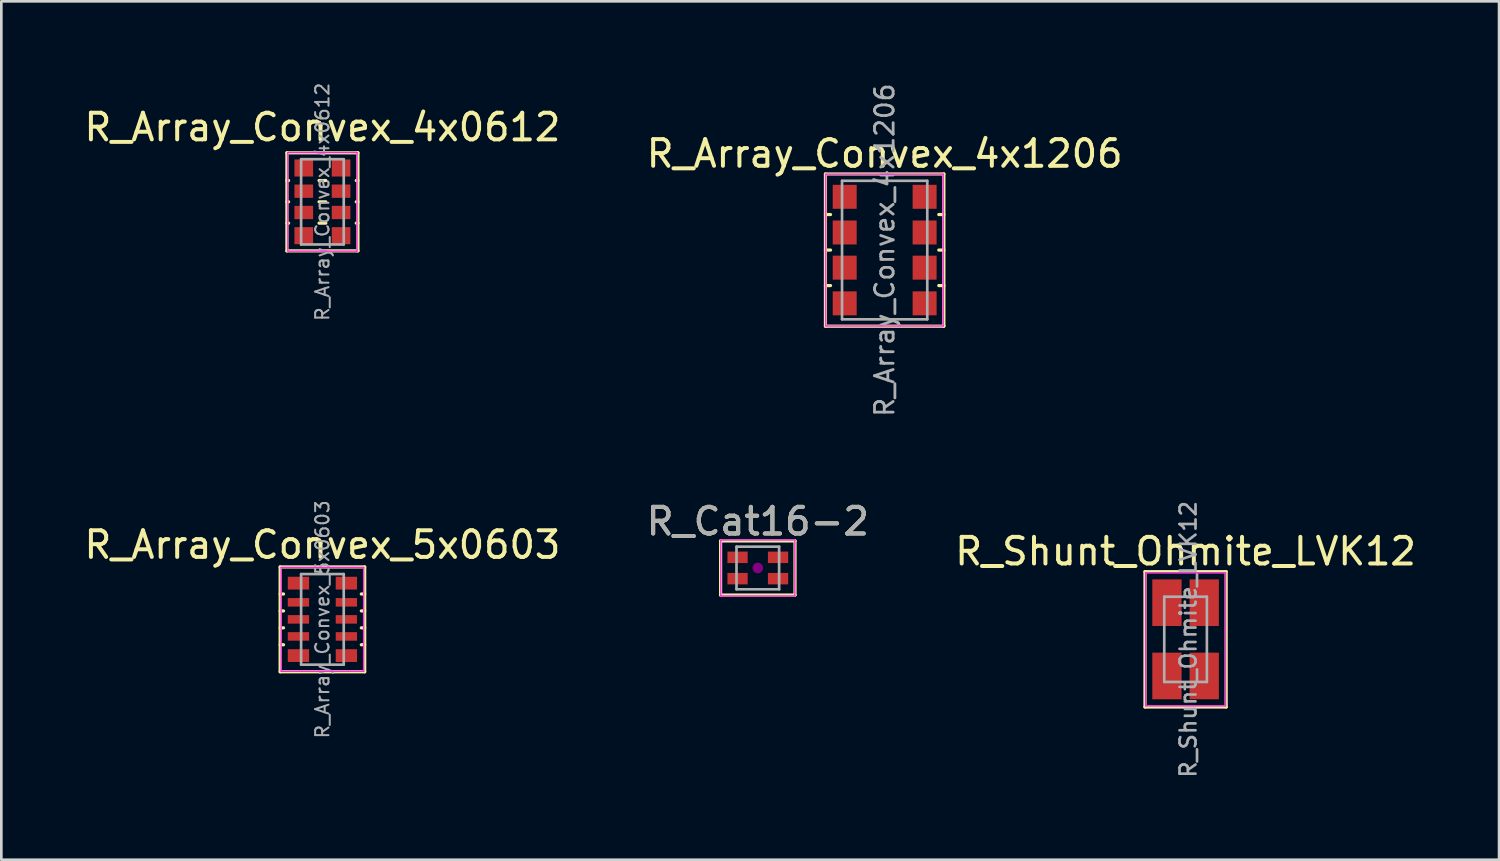
<source format=kicad_pcb>
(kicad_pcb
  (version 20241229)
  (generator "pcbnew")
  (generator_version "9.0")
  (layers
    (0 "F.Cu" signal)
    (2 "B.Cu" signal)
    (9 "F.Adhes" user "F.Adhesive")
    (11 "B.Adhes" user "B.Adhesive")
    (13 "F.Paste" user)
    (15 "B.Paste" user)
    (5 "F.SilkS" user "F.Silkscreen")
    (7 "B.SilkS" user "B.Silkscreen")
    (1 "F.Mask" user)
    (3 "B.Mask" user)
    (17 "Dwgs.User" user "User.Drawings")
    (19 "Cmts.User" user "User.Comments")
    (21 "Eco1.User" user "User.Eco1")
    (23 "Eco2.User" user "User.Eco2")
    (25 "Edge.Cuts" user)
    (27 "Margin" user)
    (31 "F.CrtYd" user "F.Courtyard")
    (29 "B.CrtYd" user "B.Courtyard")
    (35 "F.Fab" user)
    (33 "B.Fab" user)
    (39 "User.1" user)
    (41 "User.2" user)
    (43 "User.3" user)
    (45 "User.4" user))
  (footprint "R_Array_Convex_4x0612"
    (layer "F.Cu")
    (at 9.054 4.527)
    (property "Reference" "R_Array_Convex_4x0612" (at 0 -2.8 0) (layer "F.SilkS") (effects (font (size 1 1) (thickness 0.15))))
    (attr smd)
    (fp_line (start -1.333 -1.841) (end -1.333 1.841) (stroke (width 0.12) (type solid)) (layer "F.SilkS"))
    (fp_line (start -1.333 -0.8) (end -1.27 -0.8) (stroke (width 0.12) (type solid)) (layer "F.SilkS"))
    (fp_line (start -1.333 0) (end -1.27 0) (stroke (width 0.12) (type solid)) (layer "F.SilkS"))
    (fp_line (start -1.333 0.8) (end -1.27 0.8) (stroke (width 0.12) (type solid)) (layer "F.SilkS"))
    (fp_line (start -1.333 1.841) (end 1.333 1.841) (stroke (width 0.12) (type solid)) (layer "F.SilkS"))
    (fp_line (start 0.127 -0.8) (end -0.127 -0.8) (stroke (width 0.12) (type solid)) (layer "F.SilkS"))
    (fp_line (start 0.127 0) (end -0.127 0) (stroke (width 0.12) (type solid)) (layer "F.SilkS"))
    (fp_line (start 0.127 0.8) (end -0.127 0.8) (stroke (width 0.12) (type solid)) (layer "F.SilkS"))
    (fp_line (start 1.333 -1.841) (end -1.333 -1.841) (stroke (width 0.12) (type solid)) (layer "F.SilkS"))
    (fp_line (start 1.333 -0.8) (end 1.27 -0.8) (stroke (width 0.12) (type solid)) (layer "F.SilkS"))
    (fp_line (start 1.333 0) (end 1.27 0) (stroke (width 0.12) (type solid)) (layer "F.SilkS"))
    (fp_line (start 1.333 0.8) (end 1.27 0.8) (stroke (width 0.12) (type solid)) (layer "F.SilkS"))
    (fp_line (start 1.333 1.841) (end 1.333 -1.841) (stroke (width 0.12) (type solid)) (layer "F.SilkS"))
    (fp_line (start -1.3 -1.85) (end -1.3 1.85) (stroke (width 0.05) (type solid)) (layer "F.CrtYd"))
    (fp_line (start -1.3 -1.85) (end 1.3 -1.85) (stroke (width 0.05) (type solid)) (layer "F.CrtYd"))
    (fp_line (start 1.3 1.85) (end -1.3 1.85) (stroke (width 0.05) (type solid)) (layer "F.CrtYd"))
    (fp_line (start 1.3 1.85) (end 1.3 -1.85) (stroke (width 0.05) (type solid)) (layer "F.CrtYd"))
    (fp_line (start -0.8 -1.6) (end 0.8 -1.6) (stroke (width 0.1) (type solid)) (layer "F.Fab"))
    (fp_line (start -0.8 1.6) (end -0.8 -1.6) (stroke (width 0.1) (type solid)) (layer "F.Fab"))
    (fp_line (start 0.8 -1.6) (end 0.8 1.6) (stroke (width 0.1) (type solid)) (layer "F.Fab"))
    (fp_line (start 0.8 1.6) (end -0.8 1.6) (stroke (width 0.1) (type solid)) (layer "F.Fab"))
    (fp_text user "${REFERENCE}" (at 0 0 90) (layer "F.Fab") (effects (font (size 0.5 0.5) (thickness 0.075))))
    (pad "1" smd rect (at -0.7 -1.27) (size 0.7 0.64) (layers "F.Cu" "F.Mask" "F.Paste"))
    (pad "2" smd rect (at -0.7 -0.4) (size 0.7 0.5) (layers "F.Cu" "F.Mask" "F.Paste"))
    (pad "3" smd rect (at -0.7 0.4) (size 0.7 0.5) (layers "F.Cu" "F.Mask" "F.Paste"))
    (pad "4" smd rect (at -0.7 1.27) (size 0.7 0.64) (layers "F.Cu" "F.Mask" "F.Paste"))
    (pad "5" smd rect (at 0.7 1.27) (size 0.7 0.64) (layers "F.Cu" "F.Mask" "F.Paste"))
    (pad "6" smd rect (at 0.7 0.4) (size 0.7 0.5) (layers "F.Cu" "F.Mask" "F.Paste"))
    (pad "7" smd rect (at 0.7 -0.4) (size 0.7 0.5) (layers "F.Cu" "F.Mask" "F.Paste"))
    (pad "8" smd rect (at 0.7 -1.27) (size 0.7 0.64) (layers "F.Cu" "F.Mask" "F.Paste")))
  (footprint "R_Array_Convex_5x0603"
    (layer "F.Cu")
    (at 9.054 20.202)
    (property "Reference" "R_Array_Convex_5x0603" (at 0 -2.8 0) (layer "F.SilkS") (effects (font (size 1 1) (thickness 0.15))))
    (attr smd)
    (fp_line (start -1.587 -1.968) (end -1.587 1.968) (stroke (width 0.12) (type solid)) (layer "F.SilkS"))
    (fp_line (start -1.587 1.968) (end 1.587 1.968) (stroke (width 0.12) (type solid)) (layer "F.SilkS"))
    (fp_line (start -1.46 -0.953) (end -1.587 -0.953) (stroke (width 0.12) (type solid)) (layer "F.SilkS"))
    (fp_line (start -1.46 -0.318) (end -1.587 -0.318) (stroke (width 0.12) (type solid)) (layer "F.SilkS"))
    (fp_line (start -1.46 0.318) (end -1.587 0.318) (stroke (width 0.12) (type solid)) (layer "F.SilkS"))
    (fp_line (start -1.46 0.953) (end -1.587 0.953) (stroke (width 0.12) (type solid)) (layer "F.SilkS"))
    (fp_line (start 1.46 -0.953) (end 1.587 -0.953) (stroke (width 0.12) (type solid)) (layer "F.SilkS"))
    (fp_line (start 1.46 -0.318) (end 1.587 -0.318) (stroke (width 0.12) (type solid)) (layer "F.SilkS"))
    (fp_line (start 1.46 0.318) (end 1.587 0.318) (stroke (width 0.12) (type solid)) (layer "F.SilkS"))
    (fp_line (start 1.46 0.953) (end 1.587 0.953) (stroke (width 0.12) (type solid)) (layer "F.SilkS"))
    (fp_line (start 1.587 -1.968) (end -1.587 -1.968) (stroke (width 0.12) (type solid)) (layer "F.SilkS"))
    (fp_line (start 1.587 1.968) (end 1.587 -1.968) (stroke (width 0.12) (type solid)) (layer "F.SilkS"))
    (fp_line (start -1.55 -1.95) (end -1.55 1.95) (stroke (width 0.05) (type solid)) (layer "F.CrtYd"))
    (fp_line (start -1.55 -1.95) (end 1.55 -1.95) (stroke (width 0.05) (type solid)) (layer "F.CrtYd"))
    (fp_line (start 1.55 1.95) (end -1.55 1.95) (stroke (width 0.05) (type solid)) (layer "F.CrtYd"))
    (fp_line (start 1.55 1.95) (end 1.55 -1.95) (stroke (width 0.05) (type solid)) (layer "F.CrtYd"))
    (fp_line (start -0.8 -1.7) (end -0.8 1.7) (stroke (width 0.1) (type solid)) (layer "F.Fab"))
    (fp_line (start -0.8 1.7) (end 0.8 1.7) (stroke (width 0.1) (type solid)) (layer "F.Fab"))
    (fp_line (start 0.8 -1.7) (end -0.8 -1.7) (stroke (width 0.1) (type solid)) (layer "F.Fab"))
    (fp_line (start 0.8 1.7) (end 0.8 -1.7) (stroke (width 0.1) (type solid)) (layer "F.Fab"))
    (fp_text user "${REFERENCE}" (at 0 0 90) (layer "F.Fab") (effects (font (size 0.5 0.5) (thickness 0.075))))
    (pad "1" smd rect (at -0.9 -1.36) (size 0.8 0.48) (layers "F.Cu" "F.Mask" "F.Paste"))
    (pad "2" smd rect (at -0.9 -0.64) (size 0.8 0.32) (layers "F.Cu" "F.Mask" "F.Paste"))
    (pad "3" smd rect (at -0.9 0) (size 0.8 0.32) (layers "F.Cu" "F.Mask" "F.Paste"))
    (pad "4" smd rect (at -0.9 0.64) (size 0.8 0.32) (layers "F.Cu" "F.Mask" "F.Paste"))
    (pad "5" smd rect (at -0.9 1.36) (size 0.8 0.48) (layers "F.Cu" "F.Mask" "F.Paste"))
    (pad "6" smd rect (at 0.9 1.36) (size 0.8 0.48) (layers "F.Cu" "F.Mask" "F.Paste"))
    (pad "7" smd rect (at 0.9 0.64) (size 0.8 0.32) (layers "F.Cu" "F.Mask" "F.Paste"))
    (pad "8" smd rect (at 0.9 0) (size 0.8 0.32) (layers "F.Cu" "F.Mask" "F.Paste"))
    (pad "9" smd rect (at 0.9 -0.64) (size 0.8 0.32) (layers "F.Cu" "F.Mask" "F.Paste"))
    (pad "10" smd rect (at 0.9 -1.36) (size 0.8 0.48) (layers "F.Cu" "F.Mask" "F.Paste")))
  (footprint "R_Array_Convex_4x1206"
    (layer "F.Cu")
    (at 30.161 6.338)
    (property "Reference" "R_Array_Convex_4x1206" (at 0 -3.619 0) (layer "F.SilkS") (effects (font (size 1 1) (thickness 0.15))))
    (attr smd)
    (fp_line (start -2.223 -2.857) (end -2.223 2.857) (stroke (width 0.12) (type solid)) (layer "F.SilkS"))
    (fp_line (start -2.223 0) (end -2.032 0) (stroke (width 0.12) (type solid)) (layer "F.SilkS"))
    (fp_line (start -2.223 1.333) (end -2.032 1.333) (stroke (width 0.12) (type solid)) (layer "F.SilkS"))
    (fp_line (start -2.223 2.857) (end 2.223 2.857) (stroke (width 0.12) (type solid)) (layer "F.SilkS"))
    (fp_line (start -2.032 -1.333) (end -2.223 -1.333) (stroke (width 0.12) (type solid)) (layer "F.SilkS"))
    (fp_line (start 2.032 1.333) (end 2.223 1.333) (stroke (width 0.12) (type solid)) (layer "F.SilkS"))
    (fp_line (start 2.223 -2.857) (end -2.223 -2.857) (stroke (width 0.12) (type solid)) (layer "F.SilkS"))
    (fp_line (start 2.223 -1.333) (end 2.032 -1.333) (stroke (width 0.12) (type solid)) (layer "F.SilkS"))
    (fp_line (start 2.223 0) (end 2.032 0) (stroke (width 0.12) (type solid)) (layer "F.SilkS"))
    (fp_line (start 2.223 2.857) (end 2.223 -2.857) (stroke (width 0.12) (type solid)) (layer "F.SilkS"))
    (fp_line (start -2.21 -2.85) (end -2.21 2.85) (stroke (width 0.05) (type solid)) (layer "F.CrtYd"))
    (fp_line (start -2.21 -2.85) (end 2.2 -2.85) (stroke (width 0.05) (type solid)) (layer "F.CrtYd"))
    (fp_line (start 2.2 2.85) (end -2.21 2.85) (stroke (width 0.05) (type solid)) (layer "F.CrtYd"))
    (fp_line (start 2.2 2.85) (end 2.2 -2.85) (stroke (width 0.05) (type solid)) (layer "F.CrtYd"))
    (fp_line (start -1.6 -2.6) (end -1.6 2.6) (stroke (width 0.1) (type solid)) (layer "F.Fab"))
    (fp_line (start -1.6 2.6) (end 1.6 2.6) (stroke (width 0.1) (type solid)) (layer "F.Fab"))
    (fp_line (start 1.6 -2.6) (end -1.6 -2.6) (stroke (width 0.1) (type solid)) (layer "F.Fab"))
    (fp_line (start 1.6 2.6) (end 1.6 -2.6) (stroke (width 0.1) (type solid)) (layer "F.Fab"))
    (fp_text user "${REFERENCE}" (at 0 0 90) (layer "F.Fab") (effects (font (size 0.7 0.7) (thickness 0.105))))
    (pad "1" smd rect (at -1.5 -2) (size 0.9 0.9) (layers "F.Cu" "F.Mask" "F.Paste"))
    (pad "2" smd rect (at -1.5 -0.66) (size 0.9 0.9) (layers "F.Cu" "F.Mask" "F.Paste"))
    (pad "3" smd rect (at -1.5 0.66) (size 0.9 0.9) (layers "F.Cu" "F.Mask" "F.Paste"))
    (pad "4" smd rect (at -1.5 2) (size 0.9 0.9) (layers "F.Cu" "F.Mask" "F.Paste"))
    (pad "5" smd rect (at 1.5 2) (size 0.9 0.9) (layers "F.Cu" "F.Mask" "F.Paste"))
    (pad "6" smd rect (at 1.5 0.66) (size 0.9 0.9) (layers "F.Cu" "F.Mask" "F.Paste"))
    (pad "7" smd rect (at 1.5 -0.66) (size 0.9 0.9) (layers "F.Cu" "F.Mask" "F.Paste"))
    (pad "8" smd rect (at 1.5 -2) (size 0.9 0.9) (layers "F.Cu" "F.Mask" "F.Paste")))
  (footprint "R_Shunt_Ohmite_LVK12"
    (layer "F.Cu")
    (at 41.458 20.951)
    (property "Reference" "R_Shunt_Ohmite_LVK12" (at 0 -3.302 180) (layer "F.SilkS") (effects (font (size 1 1) (thickness 0.15))))
    (attr smd)
    (fp_line (start -1.524 -2.54) (end -1.524 2.54) (stroke (width 0.12) (type solid)) (layer "F.SilkS"))
    (fp_line (start -1.524 2.54) (end 1.524 2.54) (stroke (width 0.12) (type solid)) (layer "F.SilkS"))
    (fp_line (start 1.524 -2.54) (end -1.524 -2.54) (stroke (width 0.12) (type solid)) (layer "F.SilkS"))
    (fp_line (start 1.524 2.54) (end 1.524 -2.54) (stroke (width 0.12) (type solid)) (layer "F.SilkS"))
    (fp_line (start -1.5 -2.5) (end 1.5 -2.5) (stroke (width 0.05) (type solid)) (layer "F.CrtYd"))
    (fp_line (start -1.5 2.5) (end -1.5 -2.5) (stroke (width 0.05) (type solid)) (layer "F.CrtYd"))
    (fp_line (start 1.5 -2.5) (end 1.5 2.5) (stroke (width 0.05) (type solid)) (layer "F.CrtYd"))
    (fp_line (start 1.5 2.5) (end -1.5 2.5) (stroke (width 0.05) (type solid)) (layer "F.CrtYd"))
    (fp_line (start -0.8 -1.6) (end -0.8 1.6) (stroke (width 0.1) (type solid)) (layer "F.Fab"))
    (fp_line (start -0.8 1.6) (end 0.8 1.6) (stroke (width 0.1) (type solid)) (layer "F.Fab"))
    (fp_line (start 0.8 -1.6) (end -0.8 -1.6) (stroke (width 0.1) (type solid)) (layer "F.Fab"))
    (fp_line (start 0.8 1.6) (end 0.8 -1.6) (stroke (width 0.1) (type solid)) (layer "F.Fab"))
    (fp_text user "${REFERENCE}" (at 0.1 0 90) (layer "F.Fab") (effects (font (size 0.6 0.6) (thickness 0.1))))
    (pad "1" smd rect (at -0.7 -1.375) (size 1.1 1.75) (layers "F.Cu" "F.Mask" "F.Paste"))
    (pad "2" smd rect (at 0.7 -1.375) (size 1.1 1.75) (layers "F.Cu" "F.Mask" "F.Paste"))
    (pad "3" smd rect (at -0.7 1.375) (size 1.1 1.75) (layers "F.Cu" "F.Mask" "F.Paste"))
    (pad "4" smd rect (at 0.7 1.375) (size 1.1 1.75) (layers "F.Cu" "F.Mask" "F.Paste")))
  (footprint "R_Cat16-2"
    (layer "F.Cu")
    (at 25.399 18.273)
    (property "Reference" "R_Cat16-2" (at 0 -1.75 0) (layer "F.SilkS") (effects (font (size 1 1) (thickness 0.15))))
    (attr smd)
    (fp_line (start -1.397 -1.016) (end 1.397 -1.016) (stroke (width 0.12) (type solid)) (layer "F.SilkS"))
    (fp_line (start -1.397 1.016) (end -1.397 -1.016) (stroke (width 0.12) (type solid)) (layer "F.SilkS"))
    (fp_line (start 1.397 -1.016) (end 1.397 1.016) (stroke (width 0.12) (type solid)) (layer "F.SilkS"))
    (fp_line (start 1.397 1.016) (end -1.397 1.016) (stroke (width 0.12) (type solid)) (layer "F.SilkS"))
    (fp_circle (center 0 0) (end -0.1 0) (stroke (width 0.2) (type solid)) (fill no) (layer "F.Adhes"))
    (fp_line (start -1.39 -1.05) (end -1.39 1.05) (stroke (width 0.05) (type solid)) (layer "F.CrtYd"))
    (fp_line (start -1.39 -1.05) (end 1.39 -1.05) (stroke (width 0.05) (type solid)) (layer "F.CrtYd"))
    (fp_line (start 1.39 1.05) (end -1.39 1.05) (stroke (width 0.05) (type solid)) (layer "F.CrtYd"))
    (fp_line (start 1.39 1.05) (end 1.39 -1.05) (stroke (width 0.05) (type solid)) (layer "F.CrtYd"))
    (fp_line (start -0.8 -0.8) (end 0.8 -0.8) (stroke (width 0.1) (type solid)) (layer "F.Fab"))
    (fp_line (start -0.8 0.8) (end -0.8 -0.8) (stroke (width 0.1) (type solid)) (layer "F.Fab"))
    (fp_line (start 0.8 -0.8) (end 0.8 0.8) (stroke (width 0.1) (type solid)) (layer "F.Fab"))
    (fp_line (start 0.8 0.8) (end -0.8 0.8) (stroke (width 0.1) (type solid)) (layer "F.Fab"))
    (fp_text user "${REFERENCE}" (at 0 -1.75 0) (layer "F.Fab") (effects (font (size 1 1) (thickness 0.15))))
    (pad "1" smd rect (at -0.76 -0.4 180) (size 0.76 0.43) (layers "F.Cu" "F.Mask" "F.Paste"))
    (pad "2" smd rect (at -0.76 0.4 180) (size 0.76 0.43) (layers "F.Cu" "F.Mask" "F.Paste"))
    (pad "3" smd rect (at 0.76 0.4 180) (size 0.76 0.43) (layers "F.Cu" "F.Mask" "F.Paste"))
    (pad "4" smd rect (at 0.76 -0.4 180) (size 0.76 0.43) (layers "F.Cu" "F.Mask" "F.Paste")))
  (gr_rect
    (start -3 -3)
    (end 53.226 29.226)
    (stroke (width 0.1) (type default))
    (fill no)
    (layer "Edge.Cuts")))
</source>
